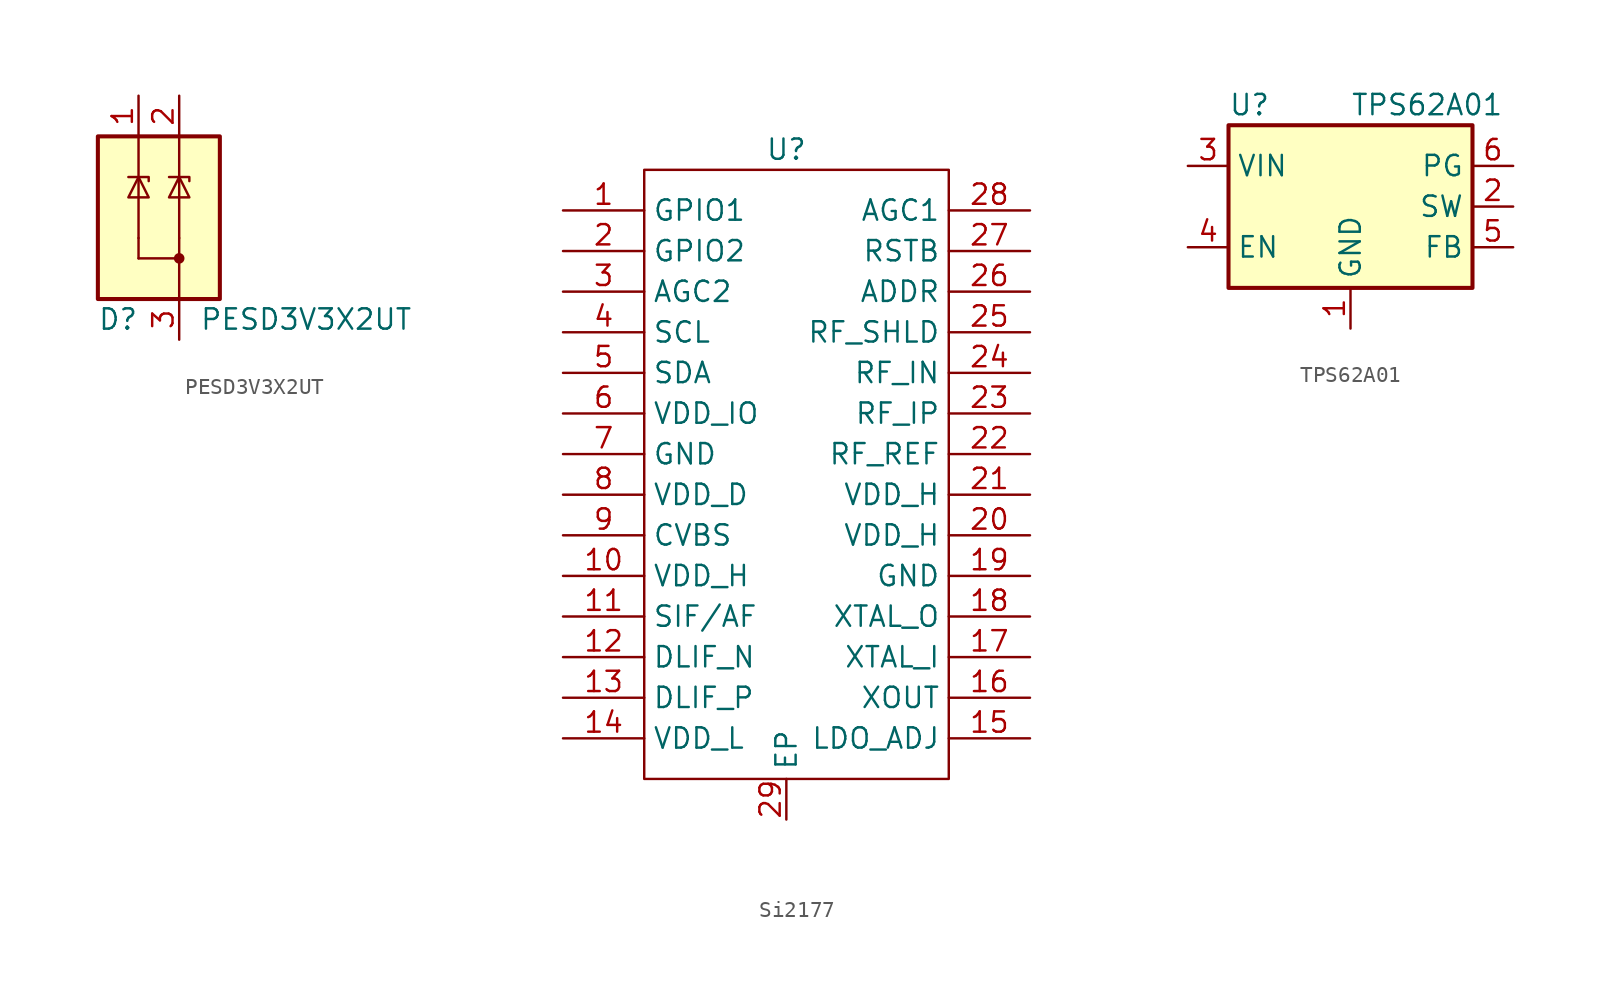
<source format=kicad_sym>
(kicad_symbol_lib
  (version 20241209)
  (generator "kicad_symbol_editor")
  (generator_version "9.0")
  (symbol "PESD3V3X2UT"
    (pin_names
      (hide yes))
    (property "Reference" "D"
      (at -1.27 -6.35 0)
      (effects (font (size 1.27 1.27)) (justify right)))
    (property "Value" "PESD3V3X2UT"
      (at 2.54 -6.35 0)
      (effects (font (size 1.27 1.27)) (justify left)))
    (symbol "PESD3V3X2UT_0_0"
      (pin passive line (at 1.27 -7.62 90) (length 2.54) (name "COM" (effects (font (size 1.27 1.27)))) (number "3" (effects (font (size 1.27 1.27))))))
    (symbol "PESD3V3X2UT_0_1"
      (rectangle (start -3.81 5.08) (end 3.81 -5.08) (stroke (width 0.254) (type solid)) (fill (type background)))
      (polyline (pts (xy -1.905 2.54) (xy -0.635 2.54) (xy -0.635 2.286)) (stroke (width 0) (type solid)) (fill (type none)))
      (polyline (pts (xy -1.27 5.08) (xy -1.27 2.54)) (stroke (width 0) (type solid)) (fill (type none)))
      (polyline (pts (xy -1.27 2.54) (xy -1.27 -1.27)) (stroke (width 0) (type solid)) (fill (type none)))
      (polyline (pts (xy -1.27 2.54) (xy -0.635 1.27) (xy -1.905 1.27) (xy -1.27 2.54)) (stroke (width 0) (type solid)) (fill (type none)))
      (polyline (pts (xy -1.27 -2.54) (xy -1.27 -1.27)) (stroke (width 0) (type solid)) (fill (type none)))
      (polyline (pts (xy -1.27 -2.54) (xy 1.27 -2.54)) (stroke (width 0) (type solid)) (fill (type none)))
      (polyline (pts (xy 0.635 2.54) (xy 1.905 2.54) (xy 1.905 2.286)) (stroke (width 0) (type solid)) (fill (type none)))
      (polyline (pts (xy 1.27 5.08) (xy 1.27 2.54)) (stroke (width 0) (type solid)) (fill (type none)))
      (polyline (pts (xy 1.27 2.54) (xy 1.27 -1.27)) (stroke (width 0) (type solid)) (fill (type none)))
      (polyline (pts (xy 1.27 2.54) (xy 1.905 1.27) (xy 0.635 1.27) (xy 1.27 2.54)) (stroke (width 0) (type solid)) (fill (type none)))
      (polyline (pts (xy 1.27 -2.54) (xy 1.27 -1.27)) (stroke (width 0) (type solid)) (fill (type none)))
      (polyline (pts (xy 1.27 -2.54) (xy 1.27 -3.81) (xy 1.27 -5.08)) (stroke (width 0) (type solid)) (fill (type none)))
      (circle (center 1.27 -2.54) (radius 0.254) (stroke (width 0) (type solid)) (fill (type outline))))
    (symbol "PESD3V3X2UT_1_1"
      (pin passive line (at -1.27 7.62 270) (length 2.54) (name "TVS1" (effects (font (size 1.27 1.27)))) (number "1" (effects (font (size 1.27 1.27)))))
      (pin passive line (at 1.27 7.62 270) (length 2.54) (name "TVS2" (effects (font (size 1.27 1.27)))) (number "2" (effects (font (size 1.27 1.27)))))))
  (symbol "Si2177"
    (property "Reference" "U"
      (at 0 0 0)
      (effects (font (size 1.27 1.27))))
    (property "Value" ""
      (at 0 0 0)
      (effects (font (size 1.27 1.27))))
    (symbol "Si2177_0_1"
      (rectangle (start -8.89 -1.27) (end 10.16 -39.37) (stroke (width 0) (type default)) (fill (type none))))
    (symbol "Si2177_1_1"
      (pin tri_state line (at -13.97 -3.81 0) (length 5.08) (name "GPIO1" (effects (font (size 1.27 1.27)))) (number "1" (effects (font (size 1.27 1.27)))))
      (pin tri_state line (at -13.97 -6.35 0) (length 5.08) (name "GPIO2" (effects (font (size 1.27 1.27)))) (number "2" (effects (font (size 1.27 1.27)))))
      (pin passive line (at -13.97 -8.89 0) (length 5.08) (name "AGC2" (effects (font (size 1.27 1.27)))) (number "3" (effects (font (size 1.27 1.27)))))
      (pin open_collector line (at -13.97 -11.43 0) (length 5.08) (name "SCL" (effects (font (size 1.27 1.27)))) (number "4" (effects (font (size 1.27 1.27)))))
      (pin open_collector line (at -13.97 -13.97 0) (length 5.08) (name "SDA" (effects (font (size 1.27 1.27)))) (number "5" (effects (font (size 1.27 1.27)))))
      (pin power_in line (at -13.97 -16.51 0) (length 5.08) (name "VDD_IO" (effects (font (size 1.27 1.27)))) (number "6" (effects (font (size 1.27 1.27)))))
      (pin power_in line (at -13.97 -19.05 0) (length 5.08) (name "GND" (effects (font (size 1.27 1.27)))) (number "7" (effects (font (size 1.27 1.27)))))
      (pin power_in line (at -13.97 -21.59 0) (length 5.08) (name "VDD_D" (effects (font (size 1.27 1.27)))) (number "8" (effects (font (size 1.27 1.27)))))
      (pin output line (at -13.97 -24.13 0) (length 5.08) (name "CVBS" (effects (font (size 1.27 1.27)))) (number "9" (effects (font (size 1.27 1.27)))))
      (pin power_in line (at -13.97 -26.67 0) (length 5.08) (name "VDD_H" (effects (font (size 1.27 1.27)))) (number "10" (effects (font (size 1.27 1.27)))))
      (pin output line (at -13.97 -29.21 0) (length 5.08) (name "SIF/AF" (effects (font (size 1.27 1.27)))) (number "11" (effects (font (size 1.27 1.27)))))
      (pin passive line (at -13.97 -31.75 0) (length 5.08) (name "DLIF_N" (effects (font (size 1.27 1.27)))) (number "12" (effects (font (size 1.27 1.27)))))
      (pin passive line (at -13.97 -34.29 0) (length 5.08) (name "DLIF_P" (effects (font (size 1.27 1.27)))) (number "13" (effects (font (size 1.27 1.27)))))
      (pin power_in line (at -13.97 -36.83 0) (length 5.08) (name "VDD_L" (effects (font (size 1.27 1.27)))) (number "14" (effects (font (size 1.27 1.27)))))
      (pin power_in line (at 0 -41.91 90) (length 2.54) (name "EP" (effects (font (size 1.27 1.27)))) (number "29" (effects (font (size 1.27 1.27)))))
      (pin passive line (at 15.24 -3.81 180) (length 5.08) (name "AGC1" (effects (font (size 1.27 1.27)))) (number "28" (effects (font (size 1.27 1.27)))))
      (pin input line (at 15.24 -6.35 180) (length 5.08) (name "RSTB" (effects (font (size 1.27 1.27)))) (number "27" (effects (font (size 1.27 1.27)))))
      (pin input line (at 15.24 -8.89 180) (length 5.08) (name "ADDR" (effects (font (size 1.27 1.27)))) (number "26" (effects (font (size 1.27 1.27)))))
      (pin passive line (at 15.24 -11.43 180) (length 5.08) (name "RF_SHLD" (effects (font (size 1.27 1.27)))) (number "25" (effects (font (size 1.27 1.27)))))
      (pin passive line (at 15.24 -13.97 180) (length 5.08) (name "RF_IN" (effects (font (size 1.27 1.27)))) (number "24" (effects (font (size 1.27 1.27)))))
      (pin passive line (at 15.24 -16.51 180) (length 5.08) (name "RF_IP" (effects (font (size 1.27 1.27)))) (number "23" (effects (font (size 1.27 1.27)))))
      (pin passive line (at 15.24 -19.05 180) (length 5.08) (name "RF_REF" (effects (font (size 1.27 1.27)))) (number "22" (effects (font (size 1.27 1.27)))))
      (pin power_in line (at 15.24 -21.59 180) (length 5.08) (name "VDD_H" (effects (font (size 1.27 1.27)))) (number "21" (effects (font (size 1.27 1.27)))))
      (pin power_in line (at 15.24 -24.13 180) (length 5.08) (name "VDD_H" (effects (font (size 1.27 1.27)))) (number "20" (effects (font (size 1.27 1.27)))))
      (pin power_in line (at 15.24 -26.67 180) (length 5.08) (name "GND" (effects (font (size 1.27 1.27)))) (number "19" (effects (font (size 1.27 1.27)))))
      (pin passive line (at 15.24 -29.21 180) (length 5.08) (name "XTAL_O" (effects (font (size 1.27 1.27)))) (number "18" (effects (font (size 1.27 1.27)))))
      (pin passive line (at 15.24 -31.75 180) (length 5.08) (name "XTAL_I" (effects (font (size 1.27 1.27)))) (number "17" (effects (font (size 1.27 1.27)))))
      (pin output line (at 15.24 -34.29 180) (length 5.08) (name "XOUT" (effects (font (size 1.27 1.27)))) (number "16" (effects (font (size 1.27 1.27)))))
      (pin passive line (at 15.24 -36.83 180) (length 5.08) (name "LDO_ADJ" (effects (font (size 1.27 1.27)))) (number "15" (effects (font (size 1.27 1.27)))))))
  (symbol "TPS62A01"
    (property "Reference" "U"
      (at -7.62 6.35 0)
      (effects (font (size 1.27 1.27)) (justify left)))
    (property "Value" "TPS62A01"
      (at 0 6.35 0)
      (effects (font (size 1.27 1.27)) (justify left)))
    (symbol "TPS62A01_0_1"
      (rectangle (start -7.62 5.08) (end 7.62 -5.08) (stroke (width 0.254) (type default)) (fill (type background))))
    (symbol "TPS62A01_1_1"
      (pin power_in line (at -10.16 2.54 0) (length 2.54) (name "VIN" (effects (font (size 1.27 1.27)))) (number "3" (effects (font (size 1.27 1.27)))))
      (pin input line (at -10.16 -2.54 0) (length 2.54) (name "EN" (effects (font (size 1.27 1.27)))) (number "4" (effects (font (size 1.27 1.27)))))
      (pin power_in line (at 0 -7.62 90) (length 2.54) (name "GND" (effects (font (size 1.27 1.27)))) (number "1" (effects (font (size 1.27 1.27)))))
      (pin passive line (at 10.16 2.54 180) (length 2.54) (name "PG" (effects (font (size 1.27 1.27)))) (number "6" (effects (font (size 1.27 1.27)))))
      (pin power_out line (at 10.16 0 180) (length 2.54) (name "SW" (effects (font (size 1.27 1.27)))) (number "2" (effects (font (size 1.27 1.27)))))
      (pin input line (at 10.16 -2.54 180) (length 2.54) (name "FB" (effects (font (size 1.27 1.27)))) (number "5" (effects (font (size 1.27 1.27))))))))
</source>
